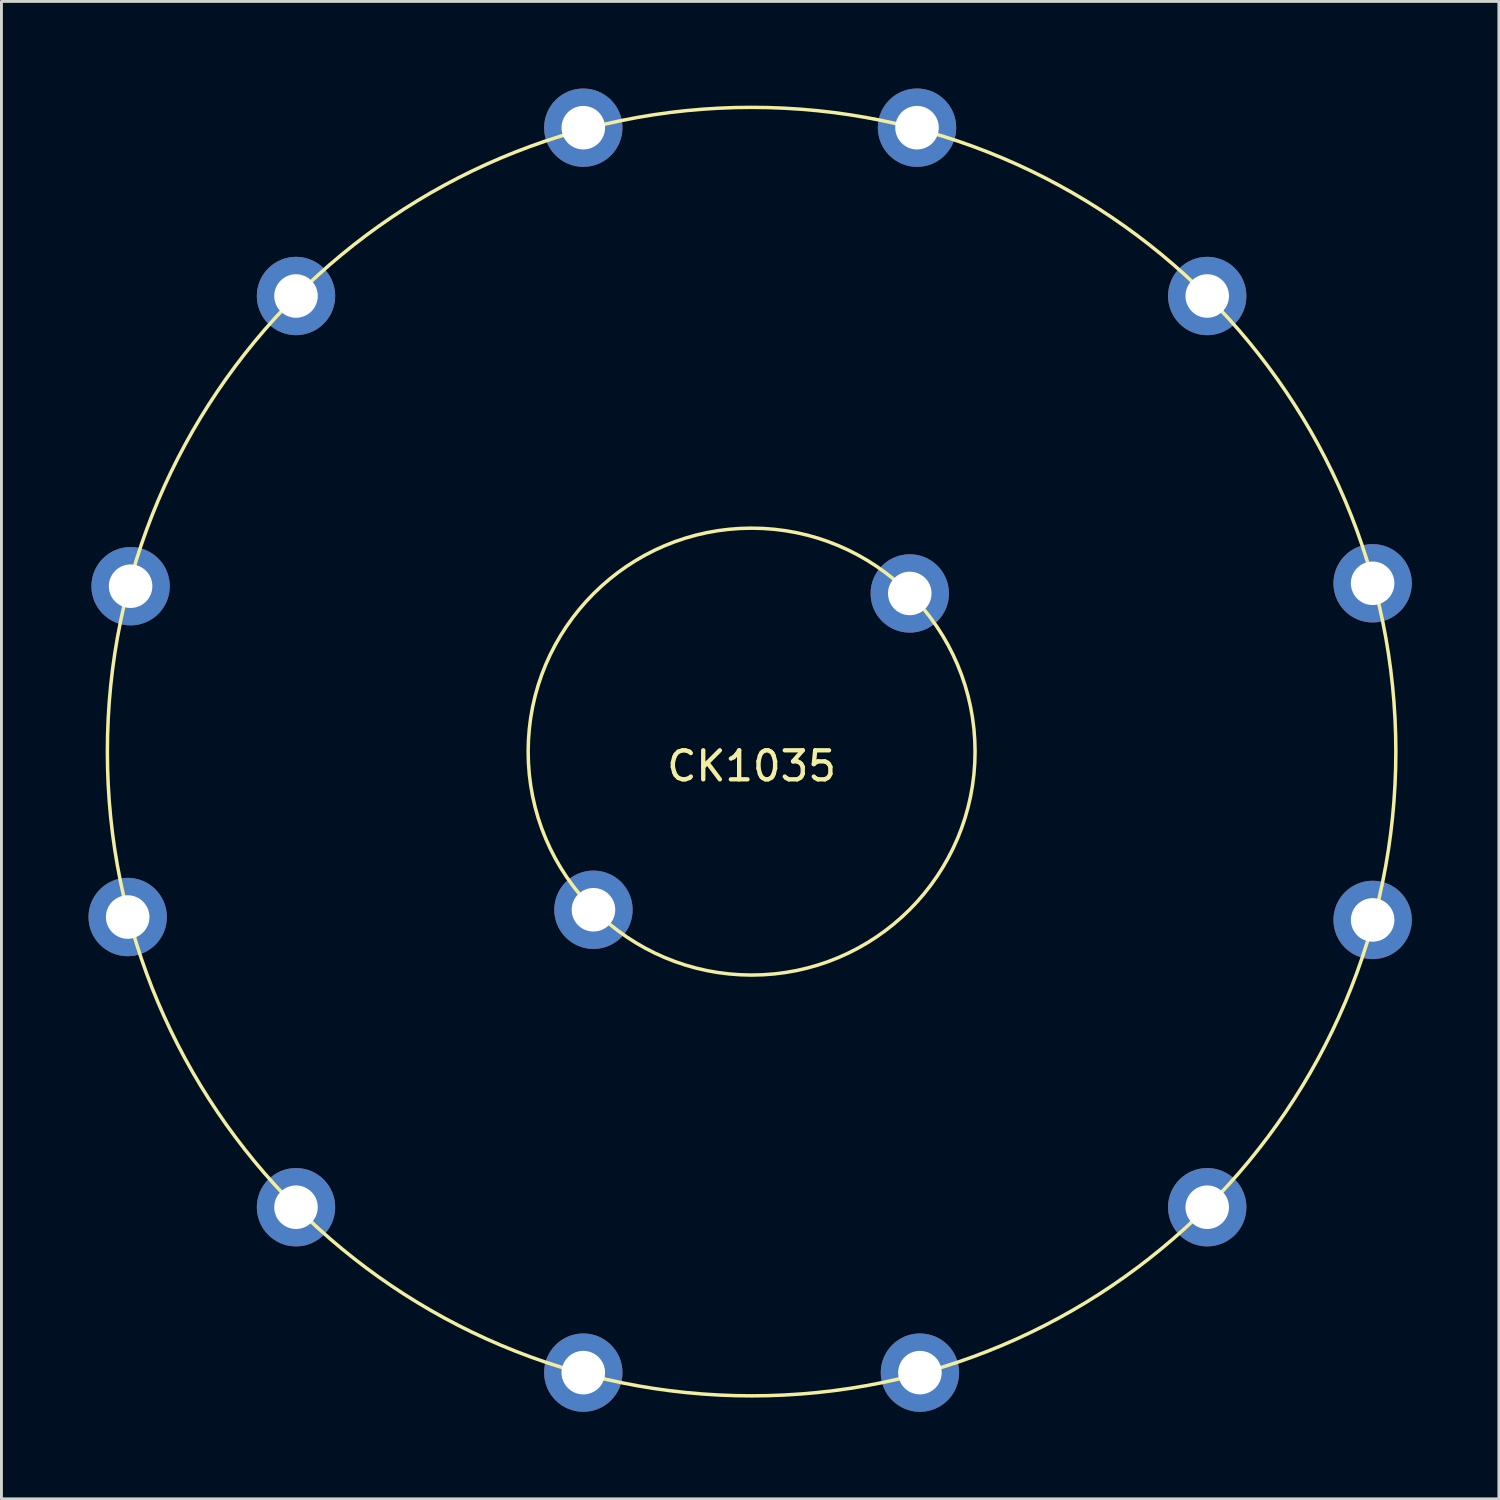
<source format=kicad_pcb>
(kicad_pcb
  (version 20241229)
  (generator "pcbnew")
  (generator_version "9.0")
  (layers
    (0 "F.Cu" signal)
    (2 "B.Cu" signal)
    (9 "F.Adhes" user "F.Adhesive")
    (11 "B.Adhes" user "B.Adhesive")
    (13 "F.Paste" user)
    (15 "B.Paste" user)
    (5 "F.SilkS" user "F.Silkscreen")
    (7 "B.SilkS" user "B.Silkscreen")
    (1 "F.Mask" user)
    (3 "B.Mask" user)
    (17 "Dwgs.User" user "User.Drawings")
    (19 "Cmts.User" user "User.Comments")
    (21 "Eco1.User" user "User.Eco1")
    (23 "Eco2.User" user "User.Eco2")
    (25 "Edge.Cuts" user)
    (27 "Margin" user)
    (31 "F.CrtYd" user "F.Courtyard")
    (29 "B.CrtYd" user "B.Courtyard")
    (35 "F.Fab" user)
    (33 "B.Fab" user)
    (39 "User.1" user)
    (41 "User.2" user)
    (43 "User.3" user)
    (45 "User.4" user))
  (footprint "CK1035"
    (layer "F.Cu")
    (at 22.85 22.85)
    (property "Reference" "CK1035" (at 0 0.5 0) (layer "F.SilkS") (effects (font (size 1 1) (thickness 0.15))))
    (attr through_hole)
    (fp_circle (center 0 0) (end 7.7 0) (stroke (width 0.12) (type solid)) (fill no) (layer "F.SilkS"))
    (fp_circle (center 0 0) (end 22.2 0) (stroke (width 0.12) (type solid)) (fill no) (layer "F.SilkS"))
    (pad "1" thru_hole circle (at -5.8 21.4) (size 2.7 2.7) (drill 1.5) (layers "*.Cu" "*.Mask"))
    (pad "2" thru_hole circle (at -15.7 15.7) (size 2.7 2.7) (drill 1.5) (layers "*.Cu" "*.Mask"))
    (pad "3" thru_hole circle (at -21.5 5.7) (size 2.7 2.7) (drill 1.5) (layers "*.Cu" "*.Mask"))
    (pad "4" thru_hole circle (at -21.4 -5.7) (size 2.7 2.7) (drill 1.5) (layers "*.Cu" "*.Mask"))
    (pad "5" thru_hole circle (at -15.7 -15.7) (size 2.7 2.7) (drill 1.5) (layers "*.Cu" "*.Mask"))
    (pad "6" thru_hole circle (at -5.8 -21.5) (size 2.7 2.7) (drill 1.5) (layers "*.Cu" "*.Mask"))
    (pad "7" thru_hole circle (at 5.7 -21.5) (size 2.7 2.7) (drill 1.5) (layers "*.Cu" "*.Mask"))
    (pad "8" thru_hole circle (at 15.7 -15.7) (size 2.7 2.7) (drill 1.5) (layers "*.Cu" "*.Mask"))
    (pad "9" thru_hole circle (at 21.4 -5.8) (size 2.7 2.7) (drill 1.5) (layers "*.Cu" "*.Mask"))
    (pad "10" thru_hole circle (at 21.4 5.8) (size 2.7 2.7) (drill 1.5) (layers "*.Cu" "*.Mask"))
    (pad "11" thru_hole circle (at 15.7 15.7) (size 2.7 2.7) (drill 1.5) (layers "*.Cu" "*.Mask"))
    (pad "12" thru_hole circle (at 5.8 21.4) (size 2.7 2.7) (drill 1.5) (layers "*.Cu" "*.Mask"))
    (pad "13" thru_hole circle (at -5.45 5.45) (size 2.7 2.7) (drill 1.5) (layers "*.Cu" "*.Mask"))
    (pad "14" thru_hole circle (at 5.45 -5.45) (size 2.7 2.7) (drill 1.5) (layers "*.Cu" "*.Mask")))
  (gr_rect
    (start -3 -3)
    (end 48.6 48.6)
    (stroke (width 0.1) (type default))
    (fill no)
    (layer "Edge.Cuts")))
</source>
